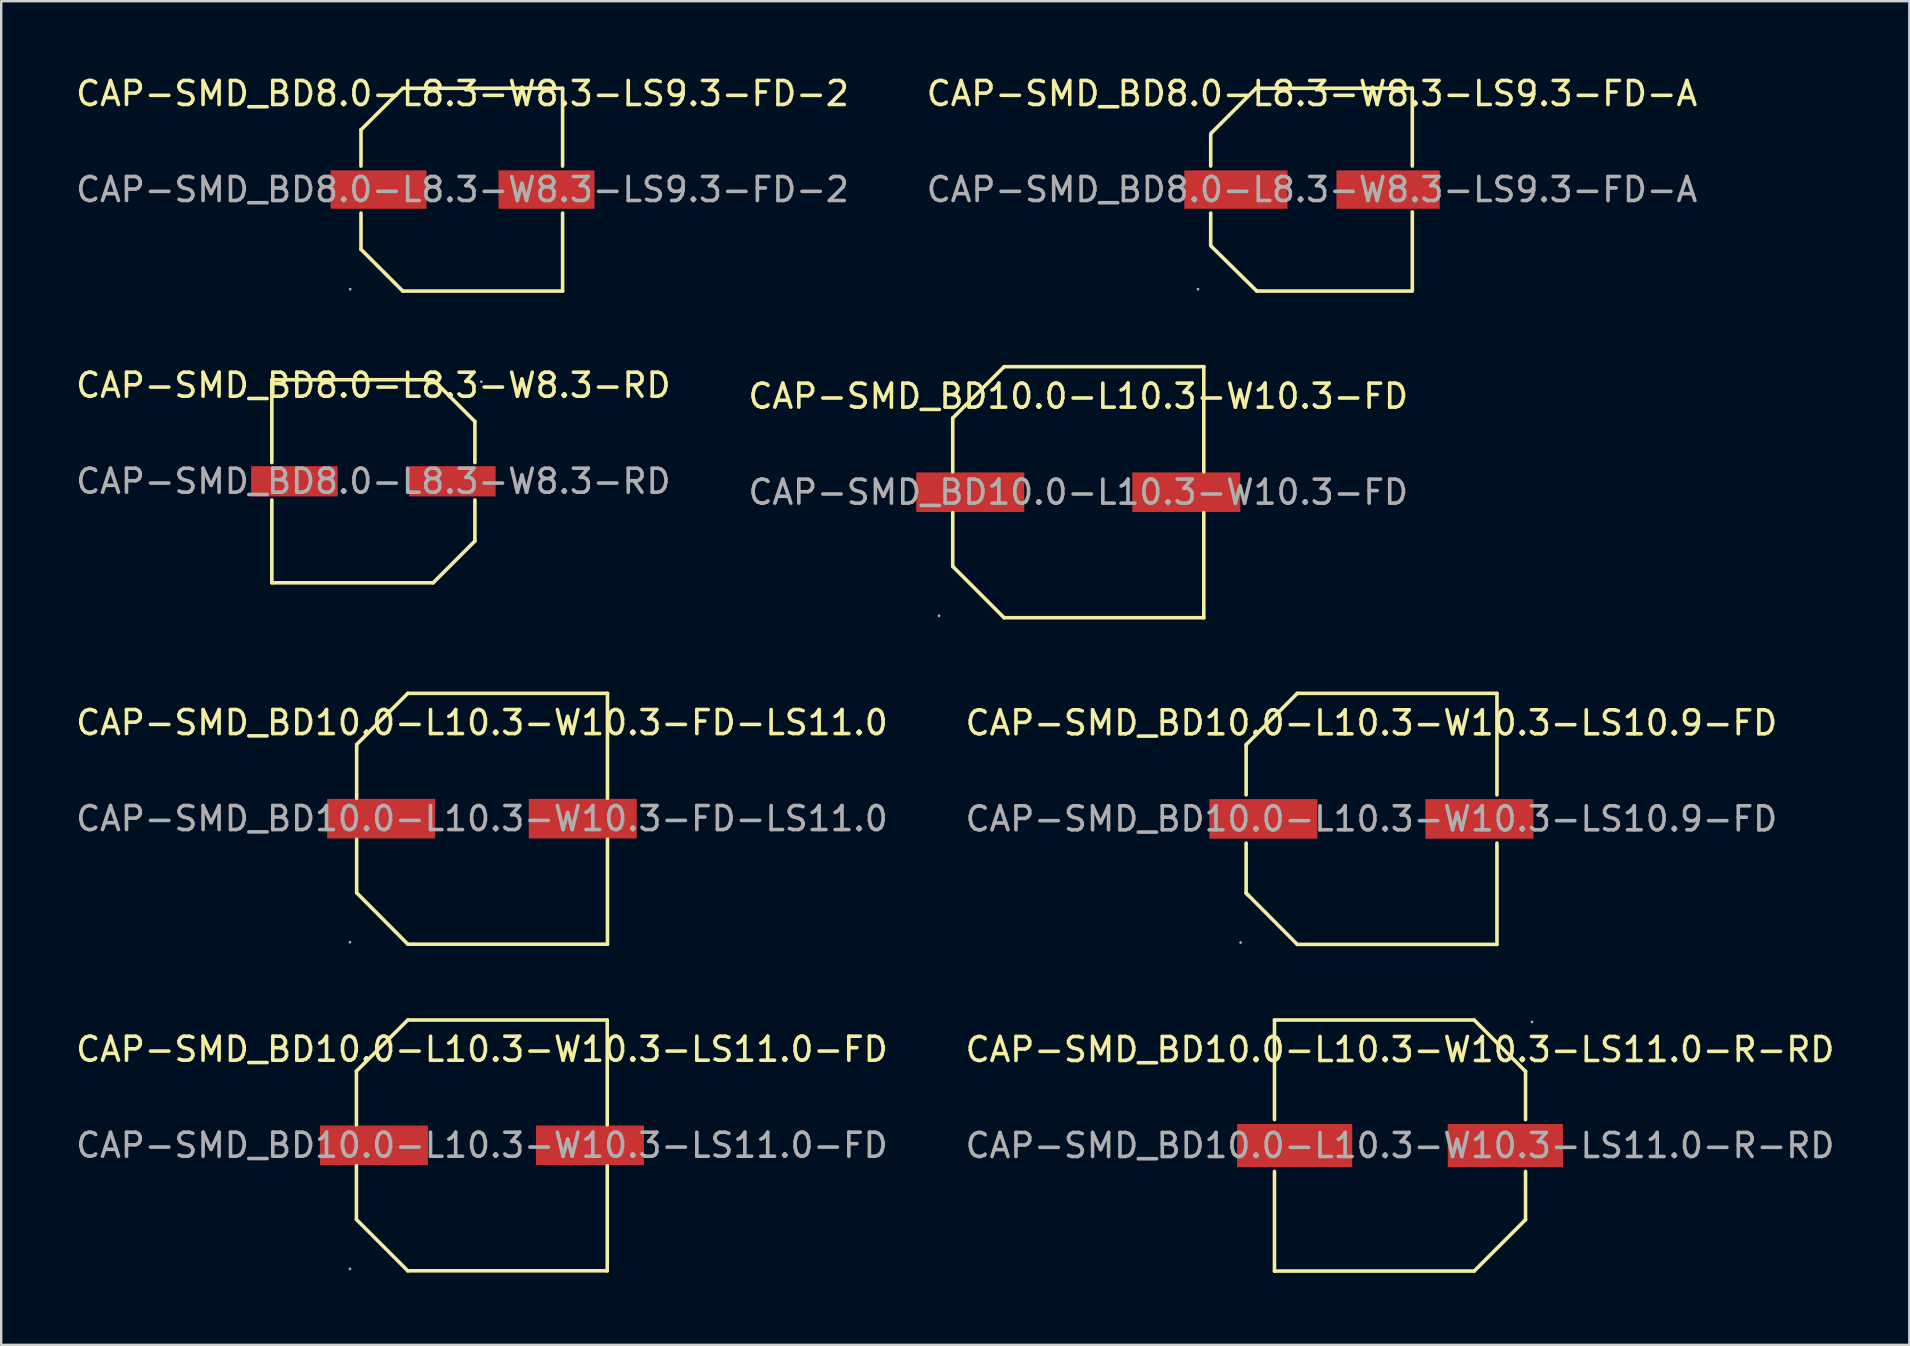
<source format=kicad_pcb>
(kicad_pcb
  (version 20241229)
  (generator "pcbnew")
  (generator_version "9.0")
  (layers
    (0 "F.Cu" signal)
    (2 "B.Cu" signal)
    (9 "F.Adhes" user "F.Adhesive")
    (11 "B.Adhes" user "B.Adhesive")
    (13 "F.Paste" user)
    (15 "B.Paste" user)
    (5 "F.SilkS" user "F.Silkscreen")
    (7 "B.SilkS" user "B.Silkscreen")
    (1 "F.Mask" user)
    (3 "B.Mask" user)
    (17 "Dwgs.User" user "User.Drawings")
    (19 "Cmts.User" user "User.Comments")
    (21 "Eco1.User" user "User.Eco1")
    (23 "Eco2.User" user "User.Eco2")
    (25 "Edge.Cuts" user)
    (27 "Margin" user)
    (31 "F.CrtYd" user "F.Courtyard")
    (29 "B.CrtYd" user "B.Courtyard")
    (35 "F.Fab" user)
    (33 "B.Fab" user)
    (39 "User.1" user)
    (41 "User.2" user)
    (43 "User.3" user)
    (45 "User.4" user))
  (footprint "CAP-SMD_BD10.0-L10.3-W10.3-FD-LS11.0"
    (layer "F.Cu")
    (at 17.03 31.058)
    (property "Reference" "CAP-SMD_BD10.0-L10.3-W10.3-FD-LS11.0" (at 0 -4 0) (layer "F.SilkS") (effects (font (size 1 1) (thickness 0.15))))
    (attr through_hole)
    (fp_line (start -5.22 -3.09) (end -5.22 -0.85) (stroke (width 0.15) (type solid)) (layer "F.SilkS"))
    (fp_line (start -5.22 3.09) (end -5.22 0.86) (stroke (width 0.15) (type solid)) (layer "F.SilkS"))
    (fp_line (start -3.09 -5.22) (end -5.22 -3.09) (stroke (width 0.15) (type solid)) (layer "F.SilkS"))
    (fp_line (start -3.09 5.23) (end -5.22 3.09) (stroke (width 0.15) (type solid)) (layer "F.SilkS"))
    (fp_line (start 5.23 -5.22) (end -3.09 -5.22) (stroke (width 0.15) (type solid)) (layer "F.SilkS"))
    (fp_line (start 5.23 -0.85) (end 5.23 -5.22) (stroke (width 0.15) (type solid)) (layer "F.SilkS"))
    (fp_line (start 5.23 0.86) (end 5.23 5.23) (stroke (width 0.15) (type solid)) (layer "F.SilkS"))
    (fp_line (start 5.23 5.23) (end -3.09 5.23) (stroke (width 0.15) (type solid)) (layer "F.SilkS"))
    (fp_circle (center -5.5 5.15) (end -5.47 5.15) (stroke (width 0.06) (type solid)) (fill no) (layer "F.Fab"))
    (fp_text user "${REFERENCE}" (at 0 0 0) (layer "F.Fab") (effects (font (size 1 1) (thickness 0.15))))
    (pad "1" smd rect (at -4.2 0) (size 4.5 1.65) (layers "F.Cu" "F.Mask" "F.Paste"))
    (pad "2" smd rect (at 4.2 0) (size 4.5 1.65) (layers "F.Cu" "F.Mask" "F.Paste")))
  (footprint "CAP-SMD_BD8.0-L8.3-W8.3-LS9.3-FD-2"
    (layer "F.Cu")
    (at 16.22 4.848)
    (property "Reference" "CAP-SMD_BD8.0-L8.3-W8.3-LS9.3-FD-2" (at 0 -4 0) (layer "F.SilkS") (effects (font (size 1 1) (thickness 0.15))))
    (attr through_hole)
    (fp_line (start -4.23 -0.98) (end -4.23 -2.49) (stroke (width 0.15) (type solid)) (layer "F.SilkS"))
    (fp_line (start -4.23 2.49) (end -4.23 0.98) (stroke (width 0.15) (type solid)) (layer "F.SilkS"))
    (fp_line (start -2.49 -4.22) (end -4.23 -2.49) (stroke (width 0.15) (type solid)) (layer "F.SilkS"))
    (fp_line (start -2.49 4.23) (end -4.23 2.49) (stroke (width 0.15) (type solid)) (layer "F.SilkS"))
    (fp_line (start 4.17 -4.22) (end -2.49 -4.22) (stroke (width 0.15) (type solid)) (layer "F.SilkS"))
    (fp_line (start 4.17 -4.22) (end 4.17 -0.98) (stroke (width 0.15) (type solid)) (layer "F.SilkS"))
    (fp_line (start 4.17 0.98) (end 4.17 4.23) (stroke (width 0.15) (type solid)) (layer "F.SilkS"))
    (fp_line (start 4.17 4.23) (end -2.49 4.23) (stroke (width 0.15) (type solid)) (layer "F.SilkS"))
    (fp_circle (center -4.68 4.15) (end -4.65 4.15) (stroke (width 0.06) (type solid)) (fill no) (layer "F.Fab"))
    (fp_text user "${REFERENCE}" (at 0 0 0) (layer "F.Fab") (effects (font (size 1 1) (thickness 0.15))))
    (pad "1" smd rect (at -3.5 0) (size 4 1.6) (layers "F.Cu" "F.Mask" "F.Paste"))
    (pad "2" smd rect (at 3.5 0) (size 4 1.6) (layers "F.Cu" "F.Mask" "F.Paste")))
  (footprint "CAP-SMD_BD10.0-L10.3-W10.3-LS11.0-R-RD"
    (layer "F.Cu")
    (at 55.28 44.678)
    (property "Reference" "CAP-SMD_BD10.0-L10.3-W10.3-LS11.0-R-RD" (at 0 -4 0) (layer "F.SilkS") (effects (font (size 1 1) (thickness 0.15))))
    (attr through_hole)
    (fp_line (start -5.23 -5.23) (end -5.23 -1.08) (stroke (width 0.15) (type solid)) (layer "F.SilkS"))
    (fp_line (start -5.23 -5.23) (end 3.09 -5.23) (stroke (width 0.15) (type solid)) (layer "F.SilkS"))
    (fp_line (start -5.23 1.08) (end -5.23 5.23) (stroke (width 0.15) (type solid)) (layer "F.SilkS"))
    (fp_line (start -5.23 5.23) (end 3.09 5.23) (stroke (width 0.15) (type solid)) (layer "F.SilkS"))
    (fp_line (start 3.09 -5.23) (end 5.23 -3.09) (stroke (width 0.15) (type solid)) (layer "F.SilkS"))
    (fp_line (start 3.09 5.23) (end 5.23 3.09) (stroke (width 0.15) (type solid)) (layer "F.SilkS"))
    (fp_line (start 5.23 -1.08) (end 5.23 -3.09) (stroke (width 0.15) (type solid)) (layer "F.SilkS"))
    (fp_line (start 5.23 3.09) (end 5.23 1.08) (stroke (width 0.15) (type solid)) (layer "F.SilkS"))
    (fp_circle (center 5.5 -5.15) (end 5.53 -5.15) (stroke (width 0.06) (type solid)) (fill no) (layer "F.Fab"))
    (fp_text user "${REFERENCE}" (at 0 0 0) (layer "F.Fab") (effects (font (size 1 1) (thickness 0.15))))
    (pad "1" smd rect (at 4.39 0 180) (size 4.8 1.8) (layers "F.Cu" "F.Mask" "F.Paste"))
    (pad "2" smd rect (at -4.39 0 180) (size 4.8 1.8) (layers "F.Cu" "F.Mask" "F.Paste")))
  (footprint "CAP-SMD_BD10.0-L10.3-W10.3-FD"
    (layer "F.Cu")
    (at 41.875 17.458)
    (property "Reference" "CAP-SMD_BD10.0-L10.3-W10.3-FD" (at 0 -4 0) (layer "F.SilkS") (effects (font (size 1 1) (thickness 0.15))))
    (attr through_hole)
    (fp_line (start -5.23 -3.09) (end -5.23 -0.85) (stroke (width 0.15) (type solid)) (layer "F.SilkS"))
    (fp_line (start -5.23 3.09) (end -5.23 0.85) (stroke (width 0.15) (type solid)) (layer "F.SilkS"))
    (fp_line (start -3.09 -5.23) (end -5.23 -3.09) (stroke (width 0.15) (type solid)) (layer "F.SilkS"))
    (fp_line (start -3.09 5.23) (end -5.23 3.09) (stroke (width 0.15) (type solid)) (layer "F.SilkS"))
    (fp_line (start 5.23 -5.23) (end -3.09 -5.23) (stroke (width 0.15) (type solid)) (layer "F.SilkS"))
    (fp_line (start 5.23 -0.85) (end 5.23 -5.23) (stroke (width 0.15) (type solid)) (layer "F.SilkS"))
    (fp_line (start 5.23 0.85) (end 5.23 5.23) (stroke (width 0.15) (type solid)) (layer "F.SilkS"))
    (fp_line (start 5.23 5.23) (end -3.09 5.23) (stroke (width 0.15) (type solid)) (layer "F.SilkS"))
    (fp_circle (center -5.8 5.15) (end -5.77 5.15) (stroke (width 0.06) (type solid)) (fill no) (layer "F.Fab"))
    (fp_text user "${REFERENCE}" (at 0 0 0) (layer "F.Fab") (effects (font (size 1 1) (thickness 0.15))))
    (pad "1" smd rect (at -4.5 0) (size 4.5 1.65) (layers "F.Cu" "F.Mask" "F.Paste"))
    (pad "2" smd rect (at 4.5 0) (size 4.5 1.65) (layers "F.Cu" "F.Mask" "F.Paste")))
  (footprint "CAP-SMD_BD10.0-L10.3-W10.3-LS10.9-FD"
    (layer "F.Cu")
    (at 54.089 31.068)
    (property "Reference" "CAP-SMD_BD10.0-L10.3-W10.3-LS10.9-FD" (at 0 -4 0) (layer "F.SilkS") (effects (font (size 1 1) (thickness 0.15))))
    (attr through_hole)
    (fp_line (start -5.22 -3.09) (end -5.22 -1) (stroke (width 0.15) (type solid)) (layer "F.SilkS"))
    (fp_line (start -5.22 1.01) (end -5.22 3.09) (stroke (width 0.15) (type solid)) (layer "F.SilkS"))
    (fp_line (start -5.22 3.09) (end -5.13 3.19) (stroke (width 0.15) (type solid)) (layer "F.SilkS"))
    (fp_line (start -3.09 -5.23) (end -5.22 -3.09) (stroke (width 0.15) (type solid)) (layer "F.SilkS"))
    (fp_line (start -3.09 5.23) (end -5.22 3.09) (stroke (width 0.15) (type solid)) (layer "F.SilkS"))
    (fp_line (start 5.23 -5.23) (end -3.09 -5.23) (stroke (width 0.15) (type solid)) (layer "F.SilkS"))
    (fp_line (start 5.23 -1) (end 5.23 -5.23) (stroke (width 0.15) (type solid)) (layer "F.SilkS"))
    (fp_line (start 5.23 5.23) (end -3.09 5.23) (stroke (width 0.15) (type solid)) (layer "F.SilkS"))
    (fp_line (start 5.23 5.23) (end 5.23 1.01) (stroke (width 0.15) (type solid)) (layer "F.SilkS"))
    (fp_circle (center -5.45 5.15) (end -5.42 5.15) (stroke (width 0.06) (type solid)) (fill no) (layer "F.Fab"))
    (fp_text user "${REFERENCE}" (at 0 0 0) (layer "F.Fab") (effects (font (size 1 1) (thickness 0.15))))
    (pad "1" smd rect (at -4.5 0) (size 4.5 1.65) (layers "F.Cu" "F.Mask" "F.Paste"))
    (pad "2" smd rect (at 4.5 0) (size 4.5 1.65) (layers "F.Cu" "F.Mask" "F.Paste")))
  (footprint "CAP-SMD_BD8.0-L8.3-W8.3-LS9.3-FD-A"
    (layer "F.Cu")
    (at 51.613 4.848)
    (property "Reference" "CAP-SMD_BD8.0-L8.3-W8.3-LS9.3-FD-A" (at 0 -4 0) (layer "F.SilkS") (effects (font (size 1 1) (thickness 0.15))))
    (attr through_hole)
    (fp_line (start -4.22 -0.98) (end -4.22 -2.31) (stroke (width 0.15) (type solid)) (layer "F.SilkS"))
    (fp_line (start -4.22 2.33) (end -4.22 0.98) (stroke (width 0.15) (type solid)) (layer "F.SilkS"))
    (fp_line (start -2.33 -4.22) (end -4.2 -2.35) (stroke (width 0.15) (type solid)) (layer "F.SilkS"))
    (fp_line (start -2.3 4.23) (end -4.2 2.36) (stroke (width 0.15) (type solid)) (layer "F.SilkS"))
    (fp_line (start 4.18 -4.22) (end -2.33 -4.22) (stroke (width 0.15) (type solid)) (layer "F.SilkS"))
    (fp_line (start 4.18 -4.22) (end 4.18 -0.98) (stroke (width 0.15) (type solid)) (layer "F.SilkS"))
    (fp_line (start 4.18 0.93) (end 4.18 4.18) (stroke (width 0.15) (type solid)) (layer "F.SilkS"))
    (fp_line (start 4.18 4.23) (end -2.3 4.23) (stroke (width 0.15) (type solid)) (layer "F.SilkS"))
    (fp_circle (center -4.75 4.15) (end -4.72 4.15) (stroke (width 0.06) (type solid)) (fill no) (layer "F.Fab"))
    (fp_text user "${REFERENCE}" (at 0 0 0) (layer "F.Fab") (effects (font (size 1 1) (thickness 0.15))))
    (pad "1" smd rect (at -3.17 0) (size 4.3 1.6) (layers "F.Cu" "F.Mask" "F.Paste"))
    (pad "2" smd rect (at 3.17 0) (size 4.3 1.6) (layers "F.Cu" "F.Mask" "F.Paste")))
  (footprint "CAP-SMD_BD10.0-L10.3-W10.3-LS11.0-FD"
    (layer "F.Cu")
    (at 17.03 44.668)
    (property "Reference" "CAP-SMD_BD10.0-L10.3-W10.3-LS11.0-FD" (at 0 -4 0) (layer "F.SilkS") (effects (font (size 1 1) (thickness 0.15))))
    (attr through_hole)
    (fp_line (start -5.23 -3.09) (end -5.23 -0.85) (stroke (width 0.15) (type solid)) (layer "F.SilkS"))
    (fp_line (start -5.23 3.09) (end -5.23 0.85) (stroke (width 0.15) (type solid)) (layer "F.SilkS"))
    (fp_line (start -3.09 -5.22) (end -5.23 -3.09) (stroke (width 0.15) (type solid)) (layer "F.SilkS"))
    (fp_line (start -3.09 5.23) (end -5.23 3.09) (stroke (width 0.15) (type solid)) (layer "F.SilkS"))
    (fp_line (start 5.22 -5.22) (end -3.09 -5.22) (stroke (width 0.15) (type solid)) (layer "F.SilkS"))
    (fp_line (start 5.22 -0.85) (end 5.22 -5.22) (stroke (width 0.15) (type solid)) (layer "F.SilkS"))
    (fp_line (start 5.22 0.85) (end 5.22 5.23) (stroke (width 0.15) (type solid)) (layer "F.SilkS"))
    (fp_line (start 5.22 5.23) (end -3.09 5.23) (stroke (width 0.15) (type solid)) (layer "F.SilkS"))
    (fp_circle (center -5.5 5.15) (end -5.47 5.15) (stroke (width 0.06) (type solid)) (fill no) (layer "F.Fab"))
    (fp_text user "${REFERENCE}" (at 0 0 0) (layer "F.Fab") (effects (font (size 1 1) (thickness 0.15))))
    (pad "1" smd rect (at -4.5 0) (size 4.5 1.65) (layers "F.Cu" "F.Mask" "F.Paste"))
    (pad "2" smd rect (at 4.5 0) (size 4.5 1.65) (layers "F.Cu" "F.Mask" "F.Paste")))
  (footprint "CAP-SMD_BD8.0-L8.3-W8.3-RD"
    (layer "F.Cu")
    (at 12.506 17.002)
    (property "Reference" "CAP-SMD_BD8.0-L8.3-W8.3-RD" (at 0 -4 0) (layer "F.SilkS") (effects (font (size 1 1) (thickness 0.15))))
    (attr through_hole)
    (fp_line (start -4.23 -4.23) (end 2.49 -4.23) (stroke (width 0.15) (type solid)) (layer "F.SilkS"))
    (fp_line (start -4.23 -0.78) (end -4.23 -4.23) (stroke (width 0.15) (type solid)) (layer "F.SilkS"))
    (fp_line (start -4.23 0.78) (end -4.23 4.23) (stroke (width 0.15) (type solid)) (layer "F.SilkS"))
    (fp_line (start -4.23 4.23) (end 2.49 4.23) (stroke (width 0.15) (type solid)) (layer "F.SilkS"))
    (fp_line (start 2.49 -4.23) (end 4.23 -2.49) (stroke (width 0.15) (type solid)) (layer "F.SilkS"))
    (fp_line (start 2.49 4.23) (end 4.23 2.49) (stroke (width 0.15) (type solid)) (layer "F.SilkS"))
    (fp_line (start 4.23 -2.49) (end 4.23 -0.78) (stroke (width 0.15) (type solid)) (layer "F.SilkS"))
    (fp_line (start 4.23 2.49) (end 4.23 0.78) (stroke (width 0.15) (type solid)) (layer "F.SilkS"))
    (fp_circle (center 4.5 -4.15) (end 4.53 -4.15) (stroke (width 0.06) (type solid)) (fill no) (layer "F.Fab"))
    (fp_text user "${REFERENCE}" (at 0 0 0) (layer "F.Fab") (effects (font (size 1 1) (thickness 0.15))))
    (pad "1" smd rect (at 3.29 0 180) (size 3.61 1.26) (layers "F.Cu" "F.Mask" "F.Paste"))
    (pad "2" smd rect (at -3.29 0 180) (size 3.61 1.26) (layers "F.Cu" "F.Mask" "F.Paste")))
  (gr_rect
    (start -3 -3)
    (end 76.5 52.983)
    (stroke (width 0.1) (type default))
    (fill no)
    (layer "Edge.Cuts")))
</source>
